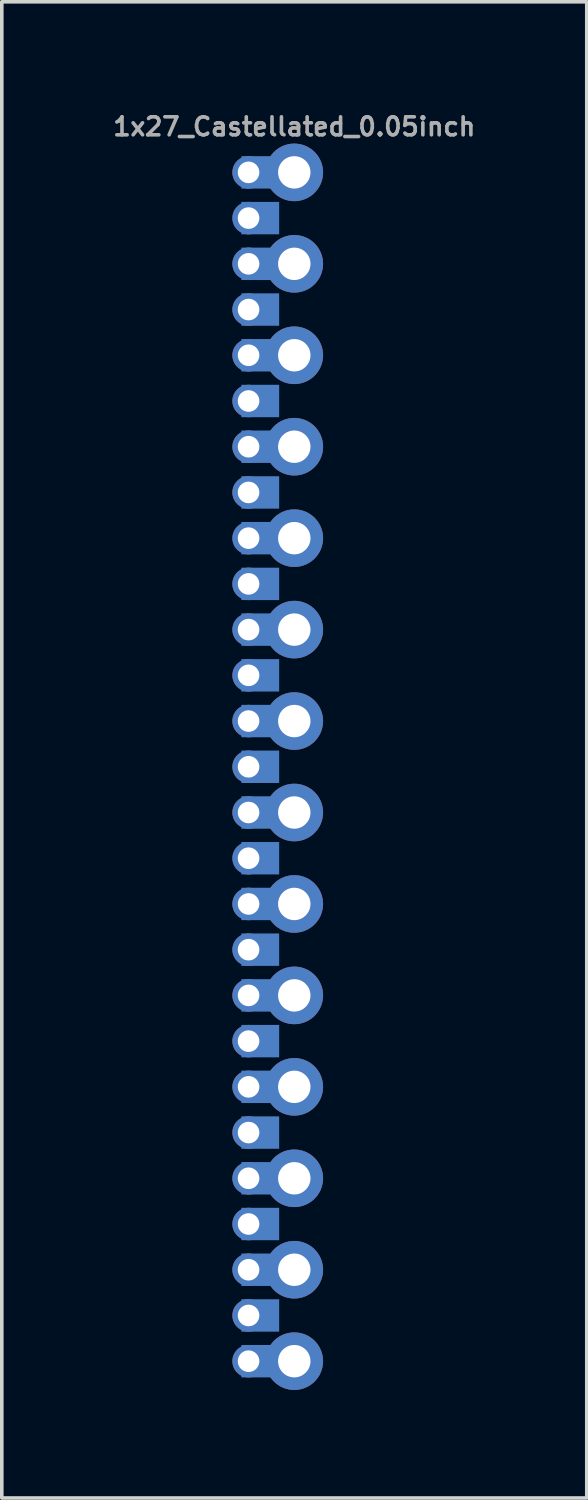
<source format=kicad_pcb>
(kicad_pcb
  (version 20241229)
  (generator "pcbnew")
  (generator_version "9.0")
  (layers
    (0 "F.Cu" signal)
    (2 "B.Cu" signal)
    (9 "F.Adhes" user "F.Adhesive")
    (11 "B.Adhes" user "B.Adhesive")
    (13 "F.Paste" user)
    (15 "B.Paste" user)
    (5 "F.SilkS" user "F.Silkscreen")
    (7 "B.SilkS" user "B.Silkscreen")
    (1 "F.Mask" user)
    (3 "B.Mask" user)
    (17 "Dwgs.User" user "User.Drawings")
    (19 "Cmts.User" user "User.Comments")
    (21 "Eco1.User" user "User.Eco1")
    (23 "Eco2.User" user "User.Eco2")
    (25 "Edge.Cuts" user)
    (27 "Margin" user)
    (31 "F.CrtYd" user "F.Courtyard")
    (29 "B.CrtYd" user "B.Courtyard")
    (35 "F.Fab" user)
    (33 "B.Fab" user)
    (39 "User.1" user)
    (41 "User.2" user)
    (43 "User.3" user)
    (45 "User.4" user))
  (footprint "1x27_Castellated_0.05inch"
    (layer "F.Cu")
    (at 5.124 34.758)
    (property "Reference" "1x27_Castellated_0.05inch" (at 0 -34.29 0) (layer "F.Fab") (effects (font (size 0.5 0.5) (thickness 0.1))))
    (pad "1" thru_hole circle (at -1.27 0) (size 0.9 0.9) (drill 0.6) (property pad_prop_castellated) (layers "*.Cu" "*.Mask") (remove_unused_layers yes) (keep_end_layers yes) (zone_layer_connections))
    (pad "1" smd rect (at -0.945 0) (size 1.05 0.9) (property pad_prop_castellated) (layers "B.Cu" "B.Mask"))
    (pad "1" thru_hole circle (at 0 0 90) (size 1.6 1.6) (drill 0.9) (layers "*.Cu" "F.Mask") (remove_unused_layers yes) (keep_end_layers yes) (zone_layer_connections))
    (pad "2" thru_hole circle (at -1.27 -1.27) (size 0.9 0.9) (drill 0.6) (property pad_prop_castellated) (layers "*.Cu" "*.Mask") (remove_unused_layers yes) (keep_end_layers yes) (zone_layer_connections))
    (pad "2" smd rect (at -0.945 -1.27) (size 1.05 0.9) (property pad_prop_castellated) (layers "B.Cu" "B.Mask"))
    (pad "3" thru_hole circle (at -1.27 -2.54) (size 0.9 0.9) (drill 0.6) (property pad_prop_castellated) (layers "*.Cu" "*.Mask") (remove_unused_layers yes) (keep_end_layers yes) (zone_layer_connections))
    (pad "3" smd rect (at -0.945 -2.54) (size 1.05 0.9) (property pad_prop_castellated) (layers "B.Cu" "B.Mask"))
    (pad "3" thru_hole circle (at 0 -2.54 90) (size 1.6 1.6) (drill 0.9) (layers "*.Cu" "F.Mask") (remove_unused_layers yes) (keep_end_layers yes) (zone_layer_connections))
    (pad "4" thru_hole circle (at -1.27 -3.81) (size 0.9 0.9) (drill 0.6) (property pad_prop_castellated) (layers "*.Cu" "*.Mask") (remove_unused_layers yes) (keep_end_layers yes) (zone_layer_connections))
    (pad "4" smd rect (at -0.945 -3.81) (size 1.05 0.9) (property pad_prop_castellated) (layers "B.Cu" "B.Mask"))
    (pad "5" thru_hole circle (at -1.27 -5.08) (size 0.9 0.9) (drill 0.6) (property pad_prop_castellated) (layers "*.Cu" "*.Mask") (remove_unused_layers yes) (keep_end_layers yes) (zone_layer_connections))
    (pad "5" smd rect (at -0.945 -5.08) (size 1.05 0.9) (property pad_prop_castellated) (layers "B.Cu" "B.Mask"))
    (pad "5" thru_hole circle (at 0 -5.08 90) (size 1.6 1.6) (drill 0.9) (layers "*.Cu" "F.Mask") (remove_unused_layers yes) (keep_end_layers yes) (zone_layer_connections))
    (pad "6" thru_hole circle (at -1.27 -6.35) (size 0.9 0.9) (drill 0.6) (property pad_prop_castellated) (layers "*.Cu" "*.Mask") (remove_unused_layers yes) (keep_end_layers yes) (zone_layer_connections))
    (pad "6" smd rect (at -0.945 -6.35) (size 1.05 0.9) (property pad_prop_castellated) (layers "B.Cu" "B.Mask"))
    (pad "7" thru_hole circle (at -1.27 -7.62) (size 0.9 0.9) (drill 0.6) (property pad_prop_castellated) (layers "*.Cu" "*.Mask") (remove_unused_layers yes) (keep_end_layers yes) (zone_layer_connections))
    (pad "7" smd rect (at -0.945 -7.62) (size 1.05 0.9) (property pad_prop_castellated) (layers "B.Cu" "B.Mask"))
    (pad "7" thru_hole circle (at 0 -7.62 90) (size 1.6 1.6) (drill 0.9) (layers "*.Cu" "F.Mask") (remove_unused_layers yes) (keep_end_layers yes) (zone_layer_connections))
    (pad "8" thru_hole circle (at -1.27 -8.89) (size 0.9 0.9) (drill 0.6) (property pad_prop_castellated) (layers "*.Cu" "*.Mask") (remove_unused_layers yes) (keep_end_layers yes) (zone_layer_connections))
    (pad "8" smd rect (at -0.945 -8.89) (size 1.05 0.9) (property pad_prop_castellated) (layers "B.Cu" "B.Mask"))
    (pad "9" thru_hole circle (at -1.27 -10.16) (size 0.9 0.9) (drill 0.6) (property pad_prop_castellated) (layers "*.Cu" "*.Mask") (remove_unused_layers yes) (keep_end_layers yes) (zone_layer_connections))
    (pad "9" smd rect (at -0.945 -10.16) (size 1.05 0.9) (property pad_prop_castellated) (layers "B.Cu" "B.Mask"))
    (pad "9" thru_hole circle (at 0 -10.16 90) (size 1.6 1.6) (drill 0.9) (layers "*.Cu" "F.Mask") (remove_unused_layers yes) (keep_end_layers yes) (zone_layer_connections))
    (pad "10" thru_hole circle (at -1.27 -11.43) (size 0.9 0.9) (drill 0.6) (property pad_prop_castellated) (layers "*.Cu" "*.Mask") (remove_unused_layers yes) (keep_end_layers yes) (zone_layer_connections))
    (pad "10" smd rect (at -0.945 -11.43) (size 1.05 0.9) (property pad_prop_castellated) (layers "B.Cu" "B.Mask"))
    (pad "11" thru_hole circle (at -1.27 -12.7) (size 0.9 0.9) (drill 0.6) (property pad_prop_castellated) (layers "*.Cu" "*.Mask") (remove_unused_layers yes) (keep_end_layers yes) (zone_layer_connections))
    (pad "11" smd rect (at -0.945 -12.7) (size 1.05 0.9) (property pad_prop_castellated) (layers "B.Cu" "B.Mask"))
    (pad "11" thru_hole circle (at 0 -12.7 90) (size 1.6 1.6) (drill 0.9) (layers "*.Cu" "F.Mask") (remove_unused_layers yes) (keep_end_layers yes) (zone_layer_connections))
    (pad "12" thru_hole circle (at -1.27 -13.97) (size 0.9 0.9) (drill 0.6) (property pad_prop_castellated) (layers "*.Cu" "*.Mask") (remove_unused_layers yes) (keep_end_layers yes) (zone_layer_connections))
    (pad "12" smd rect (at -0.945 -13.97) (size 1.05 0.9) (property pad_prop_castellated) (layers "B.Cu" "B.Mask"))
    (pad "13" thru_hole circle (at -1.27 -15.24) (size 0.9 0.9) (drill 0.6) (property pad_prop_castellated) (layers "*.Cu" "*.Mask") (remove_unused_layers yes) (keep_end_layers yes) (zone_layer_connections))
    (pad "13" smd rect (at -0.945 -15.24) (size 1.05 0.9) (property pad_prop_castellated) (layers "B.Cu" "B.Mask"))
    (pad "13" thru_hole circle (at 0 -15.24 90) (size 1.6 1.6) (drill 0.9) (layers "*.Cu" "F.Mask") (remove_unused_layers yes) (keep_end_layers yes) (zone_layer_connections))
    (pad "14" thru_hole circle (at -1.27 -16.51) (size 0.9 0.9) (drill 0.6) (property pad_prop_castellated) (layers "*.Cu" "*.Mask") (remove_unused_layers yes) (keep_end_layers yes) (zone_layer_connections))
    (pad "14" smd rect (at -0.945 -16.51) (size 1.05 0.9) (property pad_prop_castellated) (layers "B.Cu" "B.Mask"))
    (pad "15" thru_hole circle (at -1.27 -17.78) (size 0.9 0.9) (drill 0.6) (property pad_prop_castellated) (layers "*.Cu" "*.Mask") (remove_unused_layers yes) (keep_end_layers yes) (zone_layer_connections))
    (pad "15" smd rect (at -0.945 -17.78) (size 1.05 0.9) (property pad_prop_castellated) (layers "B.Cu" "B.Mask"))
    (pad "15" thru_hole circle (at 0 -17.78 90) (size 1.6 1.6) (drill 0.9) (layers "*.Cu" "F.Mask") (remove_unused_layers yes) (keep_end_layers yes) (zone_layer_connections))
    (pad "16" thru_hole circle (at -1.27 -19.05) (size 0.9 0.9) (drill 0.6) (property pad_prop_castellated) (layers "*.Cu" "*.Mask") (remove_unused_layers yes) (keep_end_layers yes) (zone_layer_connections))
    (pad "16" smd rect (at -0.945 -19.05) (size 1.05 0.9) (property pad_prop_castellated) (layers "B.Cu" "B.Mask"))
    (pad "17" thru_hole circle (at -1.27 -20.32) (size 0.9 0.9) (drill 0.6) (property pad_prop_castellated) (layers "*.Cu" "*.Mask") (remove_unused_layers yes) (keep_end_layers yes) (zone_layer_connections))
    (pad "17" smd rect (at -0.945 -20.32) (size 1.05 0.9) (property pad_prop_castellated) (layers "B.Cu" "B.Mask"))
    (pad "17" thru_hole circle (at 0 -20.32 90) (size 1.6 1.6) (drill 0.9) (layers "*.Cu" "F.Mask") (remove_unused_layers yes) (keep_end_layers yes) (zone_layer_connections))
    (pad "18" thru_hole circle (at -1.27 -21.59) (size 0.9 0.9) (drill 0.6) (property pad_prop_castellated) (layers "*.Cu" "*.Mask") (remove_unused_layers yes) (keep_end_layers yes) (zone_layer_connections))
    (pad "18" smd rect (at -0.945 -21.59) (size 1.05 0.9) (property pad_prop_castellated) (layers "B.Cu" "B.Mask"))
    (pad "19" thru_hole circle (at -1.27 -22.86) (size 0.9 0.9) (drill 0.6) (property pad_prop_castellated) (layers "*.Cu" "*.Mask") (remove_unused_layers yes) (keep_end_layers yes) (zone_layer_connections))
    (pad "19" smd rect (at -0.945 -22.86) (size 1.05 0.9) (property pad_prop_castellated) (layers "B.Cu" "B.Mask"))
    (pad "19" thru_hole circle (at 0 -22.86 90) (size 1.6 1.6) (drill 0.9) (layers "*.Cu" "F.Mask") (remove_unused_layers yes) (keep_end_layers yes) (zone_layer_connections))
    (pad "20" thru_hole circle (at -1.27 -24.13) (size 0.9 0.9) (drill 0.6) (property pad_prop_castellated) (layers "*.Cu" "*.Mask") (remove_unused_layers yes) (keep_end_layers yes) (zone_layer_connections))
    (pad "20" smd rect (at -0.945 -24.13) (size 1.05 0.9) (property pad_prop_castellated) (layers "B.Cu" "B.Mask"))
    (pad "21" thru_hole circle (at -1.27 -25.4) (size 0.9 0.9) (drill 0.6) (property pad_prop_castellated) (layers "*.Cu" "*.Mask") (remove_unused_layers yes) (keep_end_layers yes) (zone_layer_connections))
    (pad "21" smd rect (at -0.945 -25.4) (size 1.05 0.9) (property pad_prop_castellated) (layers "B.Cu" "B.Mask"))
    (pad "21" thru_hole circle (at 0 -25.4 90) (size 1.6 1.6) (drill 0.9) (layers "*.Cu" "F.Mask") (remove_unused_layers yes) (keep_end_layers yes) (zone_layer_connections))
    (pad "22" thru_hole circle (at -1.27 -26.67) (size 0.9 0.9) (drill 0.6) (property pad_prop_castellated) (layers "*.Cu" "*.Mask") (remove_unused_layers yes) (keep_end_layers yes) (zone_layer_connections))
    (pad "22" smd rect (at -0.945 -26.67) (size 1.05 0.9) (property pad_prop_castellated) (layers "B.Cu" "B.Mask"))
    (pad "23" thru_hole circle (at -1.27 -27.94) (size 0.9 0.9) (drill 0.6) (property pad_prop_castellated) (layers "*.Cu" "*.Mask") (remove_unused_layers yes) (keep_end_layers yes) (zone_layer_connections))
    (pad "23" smd rect (at -0.945 -27.94) (size 1.05 0.9) (property pad_prop_castellated) (layers "B.Cu" "B.Mask"))
    (pad "23" thru_hole circle (at 0 -27.94 90) (size 1.6 1.6) (drill 0.9) (layers "*.Cu" "F.Mask") (remove_unused_layers yes) (keep_end_layers yes) (zone_layer_connections))
    (pad "24" thru_hole circle (at -1.27 -29.21) (size 0.9 0.9) (drill 0.6) (property pad_prop_castellated) (layers "*.Cu" "*.Mask") (remove_unused_layers yes) (keep_end_layers yes) (zone_layer_connections))
    (pad "24" smd rect (at -0.945 -29.21) (size 1.05 0.9) (property pad_prop_castellated) (layers "B.Cu" "B.Mask"))
    (pad "25" thru_hole circle (at -1.27 -30.48) (size 0.9 0.9) (drill 0.6) (property pad_prop_castellated) (layers "*.Cu" "*.Mask") (remove_unused_layers yes) (keep_end_layers yes) (zone_layer_connections))
    (pad "25" smd rect (at -0.945 -30.48) (size 1.05 0.9) (property pad_prop_castellated) (layers "B.Cu" "B.Mask"))
    (pad "25" thru_hole circle (at 0 -30.48 90) (size 1.6 1.6) (drill 0.9) (layers "*.Cu" "F.Mask") (remove_unused_layers yes) (keep_end_layers yes) (zone_layer_connections))
    (pad "26" thru_hole circle (at -1.27 -31.75) (size 0.9 0.9) (drill 0.6) (property pad_prop_castellated) (layers "*.Cu" "*.Mask") (remove_unused_layers yes) (keep_end_layers yes) (zone_layer_connections))
    (pad "26" smd rect (at -0.945 -31.75) (size 1.05 0.9) (property pad_prop_castellated) (layers "B.Cu" "B.Mask"))
    (pad "27" thru_hole circle (at -1.27 -33.02) (size 0.9 0.9) (drill 0.6) (property pad_prop_castellated) (layers "*.Cu" "*.Mask") (remove_unused_layers yes) (keep_end_layers yes) (zone_layer_connections))
    (pad "27" smd rect (at -0.945 -33.02) (size 1.05 0.9) (property pad_prop_castellated) (layers "B.Cu" "B.Mask"))
    (pad "27" thru_hole circle (at 0 -33.02 90) (size 1.6 1.6) (drill 0.9) (layers "*.Cu" "F.Mask") (remove_unused_layers yes) (keep_end_layers yes) (zone_layer_connections)))
  (gr_rect
    (start -3 -3)
    (end 13.248 38.558)
    (stroke (width 0.1) (type default))
    (fill no)
    (layer "Edge.Cuts")))
</source>
